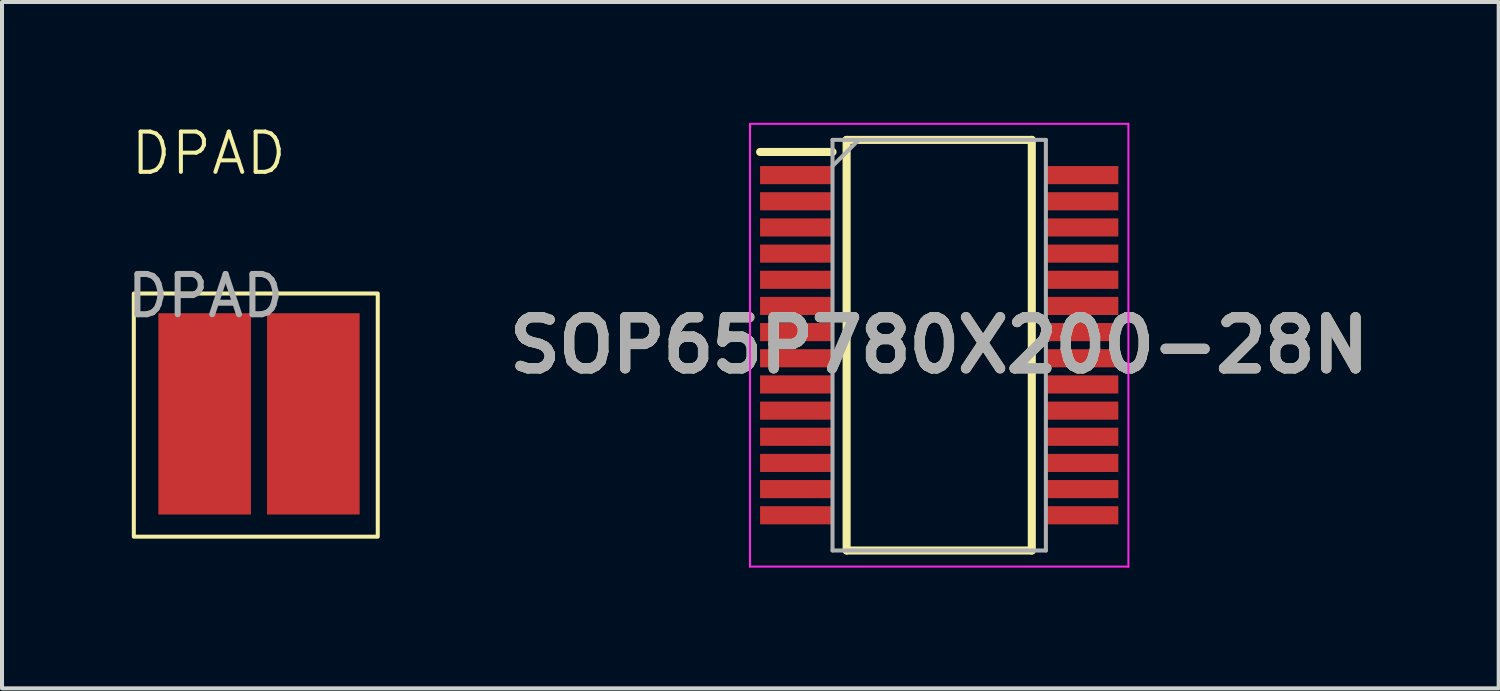
<source format=kicad_pcb>
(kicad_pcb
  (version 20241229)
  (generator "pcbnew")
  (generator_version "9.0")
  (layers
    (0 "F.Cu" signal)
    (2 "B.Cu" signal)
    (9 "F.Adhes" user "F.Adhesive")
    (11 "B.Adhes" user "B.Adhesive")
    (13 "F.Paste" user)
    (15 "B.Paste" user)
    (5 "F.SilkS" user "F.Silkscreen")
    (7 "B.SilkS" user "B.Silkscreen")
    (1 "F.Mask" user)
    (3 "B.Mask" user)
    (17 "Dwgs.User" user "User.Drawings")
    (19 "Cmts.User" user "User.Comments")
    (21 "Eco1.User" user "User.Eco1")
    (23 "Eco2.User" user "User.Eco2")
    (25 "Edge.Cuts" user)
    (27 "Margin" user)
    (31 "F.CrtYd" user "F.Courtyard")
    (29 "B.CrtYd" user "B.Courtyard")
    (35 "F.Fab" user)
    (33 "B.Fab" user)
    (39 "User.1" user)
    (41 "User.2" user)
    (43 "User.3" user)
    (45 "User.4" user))
  (footprint "SOP65P780X200-28N"
    (layer "F.Cu")
    (at 20.281 5.525)
    (property "Reference" "SOP65P780X200-28N" (at 0 0 0) (layer "F.SilkS") (effects (font (size 1.27 1.27) (thickness 0.254))))
    (attr smd)
    (fp_line (start -4.45 -4.8) (end -2.65 -4.8) (stroke (width 0.2) (type solid)) (layer "F.SilkS"))
    (fp_line (start -2.3 -5.1) (end 2.3 -5.1) (stroke (width 0.2) (type solid)) (layer "F.SilkS"))
    (fp_line (start -2.3 5.1) (end -2.3 -5.1) (stroke (width 0.2) (type solid)) (layer "F.SilkS"))
    (fp_line (start 2.3 -5.1) (end 2.3 5.1) (stroke (width 0.2) (type solid)) (layer "F.SilkS"))
    (fp_line (start 2.3 5.1) (end -2.3 5.1) (stroke (width 0.2) (type solid)) (layer "F.SilkS"))
    (fp_line (start -4.7 -5.5) (end 4.7 -5.5) (stroke (width 0.05) (type solid)) (layer "F.CrtYd"))
    (fp_line (start -4.7 5.5) (end -4.7 -5.5) (stroke (width 0.05) (type solid)) (layer "F.CrtYd"))
    (fp_line (start 4.7 -5.5) (end 4.7 5.5) (stroke (width 0.05) (type solid)) (layer "F.CrtYd"))
    (fp_line (start 4.7 5.5) (end -4.7 5.5) (stroke (width 0.05) (type solid)) (layer "F.CrtYd"))
    (fp_line (start -2.65 -5.1) (end 2.65 -5.1) (stroke (width 0.1) (type solid)) (layer "F.Fab"))
    (fp_line (start -2.65 -4.45) (end -2 -5.1) (stroke (width 0.1) (type solid)) (layer "F.Fab"))
    (fp_line (start -2.65 5.1) (end -2.65 -5.1) (stroke (width 0.1) (type solid)) (layer "F.Fab"))
    (fp_line (start 2.65 -5.1) (end 2.65 5.1) (stroke (width 0.1) (type solid)) (layer "F.Fab"))
    (fp_line (start 2.65 5.1) (end -2.65 5.1) (stroke (width 0.1) (type solid)) (layer "F.Fab"))
    (fp_text user "${REFERENCE}" (at 0 0 0) (layer "F.Fab") (effects (font (size 1.27 1.27) (thickness 0.254))))
    (pad "1" smd rect (at -3.55 -4.225 90) (size 0.45 1.8) (layers "F.Cu" "F.Mask" "F.Paste"))
    (pad "2" smd rect (at -3.55 -3.575 90) (size 0.45 1.8) (layers "F.Cu" "F.Mask" "F.Paste"))
    (pad "3" smd rect (at -3.55 -2.925 90) (size 0.45 1.8) (layers "F.Cu" "F.Mask" "F.Paste"))
    (pad "4" smd rect (at -3.55 -2.275 90) (size 0.45 1.8) (layers "F.Cu" "F.Mask" "F.Paste"))
    (pad "5" smd rect (at -3.55 -1.625 90) (size 0.45 1.8) (layers "F.Cu" "F.Mask" "F.Paste"))
    (pad "6" smd rect (at -3.55 -0.975 90) (size 0.45 1.8) (layers "F.Cu" "F.Mask" "F.Paste"))
    (pad "7" smd rect (at -3.55 -0.325 90) (size 0.45 1.8) (layers "F.Cu" "F.Mask" "F.Paste"))
    (pad "8" smd rect (at -3.55 0.325 90) (size 0.45 1.8) (layers "F.Cu" "F.Mask" "F.Paste"))
    (pad "9" smd rect (at -3.55 0.975 90) (size 0.45 1.8) (layers "F.Cu" "F.Mask" "F.Paste"))
    (pad "10" smd rect (at -3.55 1.625 90) (size 0.45 1.8) (layers "F.Cu" "F.Mask" "F.Paste"))
    (pad "11" smd rect (at -3.55 2.275 90) (size 0.45 1.8) (layers "F.Cu" "F.Mask" "F.Paste"))
    (pad "12" smd rect (at -3.55 2.925 90) (size 0.45 1.8) (layers "F.Cu" "F.Mask" "F.Paste"))
    (pad "13" smd rect (at -3.55 3.575 90) (size 0.45 1.8) (layers "F.Cu" "F.Mask" "F.Paste"))
    (pad "14" smd rect (at -3.55 4.225 90) (size 0.45 1.8) (layers "F.Cu" "F.Mask" "F.Paste"))
    (pad "15" smd rect (at 3.55 4.225 90) (size 0.45 1.8) (layers "F.Cu" "F.Mask" "F.Paste"))
    (pad "16" smd rect (at 3.55 3.575 90) (size 0.45 1.8) (layers "F.Cu" "F.Mask" "F.Paste"))
    (pad "17" smd rect (at 3.55 2.925 90) (size 0.45 1.8) (layers "F.Cu" "F.Mask" "F.Paste"))
    (pad "18" smd rect (at 3.55 2.275 90) (size 0.45 1.8) (layers "F.Cu" "F.Mask" "F.Paste"))
    (pad "19" smd rect (at 3.55 1.625 90) (size 0.45 1.8) (layers "F.Cu" "F.Mask" "F.Paste"))
    (pad "20" smd rect (at 3.55 0.975 90) (size 0.45 1.8) (layers "F.Cu" "F.Mask" "F.Paste"))
    (pad "21" smd rect (at 3.55 0.325 90) (size 0.45 1.8) (layers "F.Cu" "F.Mask" "F.Paste"))
    (pad "22" smd rect (at 3.55 -0.325 90) (size 0.45 1.8) (layers "F.Cu" "F.Mask" "F.Paste"))
    (pad "23" smd rect (at 3.55 -0.975 90) (size 0.45 1.8) (layers "F.Cu" "F.Mask" "F.Paste"))
    (pad "24" smd rect (at 3.55 -1.625 90) (size 0.45 1.8) (layers "F.Cu" "F.Mask" "F.Paste"))
    (pad "25" smd rect (at 3.55 -2.275 90) (size 0.45 1.8) (layers "F.Cu" "F.Mask" "F.Paste"))
    (pad "26" smd rect (at 3.55 -2.925 90) (size 0.45 1.8) (layers "F.Cu" "F.Mask" "F.Paste"))
    (pad "27" smd rect (at 3.55 -3.575 90) (size 0.45 1.8) (layers "F.Cu" "F.Mask" "F.Paste"))
    (pad "28" smd rect (at 3.55 -4.225 90) (size 0.45 1.8) (layers "F.Cu" "F.Mask" "F.Paste")))
  (footprint "DPAD"
    (layer "F.Cu")
    (at 2.034 7.231)
    (property "Reference" "DPAD" (at 0.1 -6.47 0) (unlocked yes) (layer "F.SilkS") (effects (font (size 1 1) (thickness 0.1))))
    (attr smd)
    (fp_rect (start -1.76 -2.99) (end 4.3 3.05) (stroke (width 0.1) (type default)) (fill no) (layer "F.SilkS"))
    (fp_text user "${REFERENCE}" (at 0.02 -2.93 0) (unlocked yes) (layer "F.Fab") (effects (font (size 1 1) (thickness 0.15))))
    (pad "1" smd rect (at 0 0) (size 2.3 5) (layers "F.Cu" "F.Mask" "F.Paste"))
    (pad "3" smd rect (at 2.7 0) (size 2.3 5) (layers "F.Cu" "F.Mask" "F.Paste")))
  (gr_rect
    (start -3 -3)
    (end 34.179 14.05)
    (stroke (width 0.1) (type default))
    (fill no)
    (layer "Edge.Cuts")))
</source>
